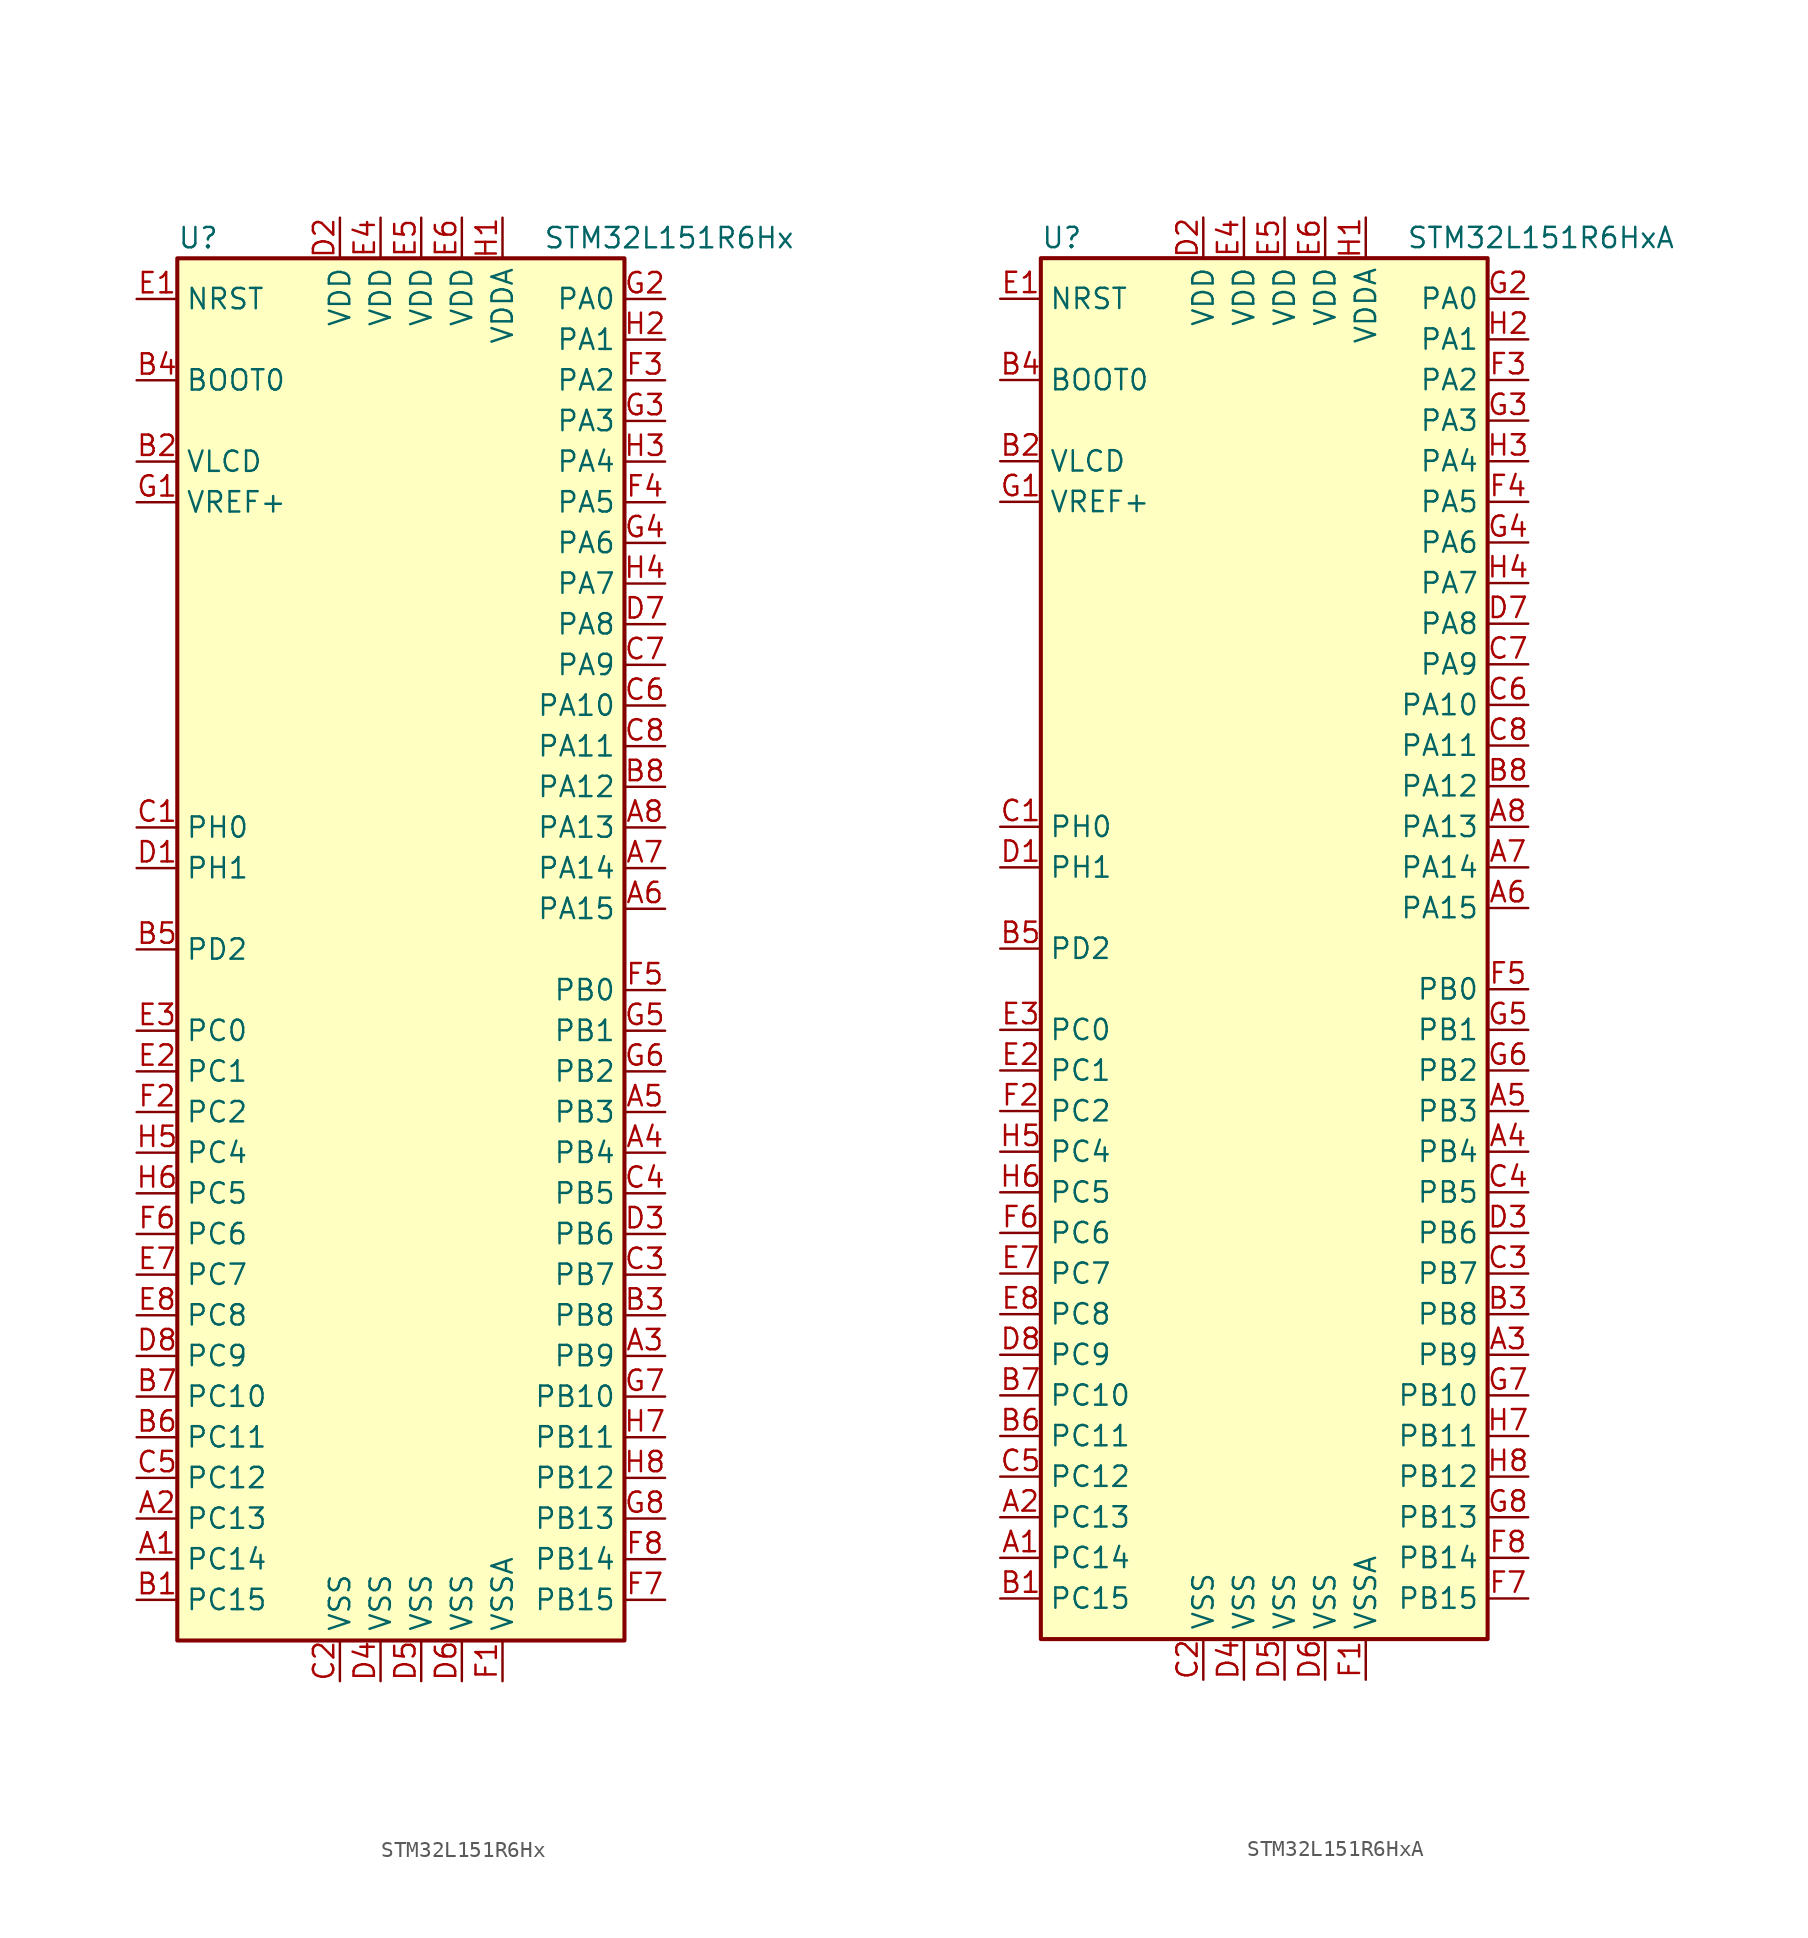
<source format=kicad_sym>
(kicad_symbol_lib
  (version 20201005)
  (generator kicad_symbol_editor)
  (symbol "STM32L151R6Hx"
    (property "Reference" "U"
      (at -15.24 44.45 0)
      (effects (font (size 1.27 1.27)) (justify left)))
    (property "Value" "STM32L151R6Hx"
      (at 7.62 44.45 0)
      (effects (font (size 1.27 1.27)) (justify left)))
    (symbol "STM32L151R6Hx_0_1"
      (rectangle (start -15.24 -43.18) (end 12.7 43.18) (stroke (width 0.254)) (fill (type background))))
    (symbol "STM32L151R6Hx_1_1"
      (pin input line (at -17.78 35.56 0) (length 2.54) (name "BOOT0" (effects (font (size 1.27 1.27)))) (number "B4" (effects (font (size 1.27 1.27)))))
      (pin input line (at -17.78 40.64 0) (length 2.54) (name "NRST" (effects (font (size 1.27 1.27)))) (number "E1" (effects (font (size 1.27 1.27)))))
      (pin bidirectional line (at 15.24 40.64 180) (length 2.54) (name "PA0" (effects (font (size 1.27 1.27)))) (number "G2" (effects (font (size 1.27 1.27)))))
      (pin bidirectional line (at 15.24 38.1 180) (length 2.54) (name "PA1" (effects (font (size 1.27 1.27)))) (number "H2" (effects (font (size 1.27 1.27)))))
      (pin bidirectional line (at 15.24 15.24 180) (length 2.54) (name "PA10" (effects (font (size 1.27 1.27)))) (number "C6" (effects (font (size 1.27 1.27)))))
      (pin bidirectional line (at 15.24 12.7 180) (length 2.54) (name "PA11" (effects (font (size 1.27 1.27)))) (number "C8" (effects (font (size 1.27 1.27)))))
      (pin bidirectional line (at 15.24 10.16 180) (length 2.54) (name "PA12" (effects (font (size 1.27 1.27)))) (number "B8" (effects (font (size 1.27 1.27)))))
      (pin bidirectional line (at 15.24 7.62 180) (length 2.54) (name "PA13" (effects (font (size 1.27 1.27)))) (number "A8" (effects (font (size 1.27 1.27)))))
      (pin bidirectional line (at 15.24 5.08 180) (length 2.54) (name "PA14" (effects (font (size 1.27 1.27)))) (number "A7" (effects (font (size 1.27 1.27)))))
      (pin bidirectional line (at 15.24 2.54 180) (length 2.54) (name "PA15" (effects (font (size 1.27 1.27)))) (number "A6" (effects (font (size 1.27 1.27)))))
      (pin bidirectional line (at 15.24 35.56 180) (length 2.54) (name "PA2" (effects (font (size 1.27 1.27)))) (number "F3" (effects (font (size 1.27 1.27)))))
      (pin bidirectional line (at 15.24 33.02 180) (length 2.54) (name "PA3" (effects (font (size 1.27 1.27)))) (number "G3" (effects (font (size 1.27 1.27)))))
      (pin bidirectional line (at 15.24 30.48 180) (length 2.54) (name "PA4" (effects (font (size 1.27 1.27)))) (number "H3" (effects (font (size 1.27 1.27)))))
      (pin bidirectional line (at 15.24 27.94 180) (length 2.54) (name "PA5" (effects (font (size 1.27 1.27)))) (number "F4" (effects (font (size 1.27 1.27)))))
      (pin bidirectional line (at 15.24 25.4 180) (length 2.54) (name "PA6" (effects (font (size 1.27 1.27)))) (number "G4" (effects (font (size 1.27 1.27)))))
      (pin bidirectional line (at 15.24 22.86 180) (length 2.54) (name "PA7" (effects (font (size 1.27 1.27)))) (number "H4" (effects (font (size 1.27 1.27)))))
      (pin bidirectional line (at 15.24 20.32 180) (length 2.54) (name "PA8" (effects (font (size 1.27 1.27)))) (number "D7" (effects (font (size 1.27 1.27)))))
      (pin bidirectional line (at 15.24 17.78 180) (length 2.54) (name "PA9" (effects (font (size 1.27 1.27)))) (number "C7" (effects (font (size 1.27 1.27)))))
      (pin bidirectional line (at 15.24 -2.54 180) (length 2.54) (name "PB0" (effects (font (size 1.27 1.27)))) (number "F5" (effects (font (size 1.27 1.27)))))
      (pin bidirectional line (at 15.24 -5.08 180) (length 2.54) (name "PB1" (effects (font (size 1.27 1.27)))) (number "G5" (effects (font (size 1.27 1.27)))))
      (pin bidirectional line (at 15.24 -27.94 180) (length 2.54) (name "PB10" (effects (font (size 1.27 1.27)))) (number "G7" (effects (font (size 1.27 1.27)))))
      (pin bidirectional line (at 15.24 -30.48 180) (length 2.54) (name "PB11" (effects (font (size 1.27 1.27)))) (number "H7" (effects (font (size 1.27 1.27)))))
      (pin bidirectional line (at 15.24 -33.02 180) (length 2.54) (name "PB12" (effects (font (size 1.27 1.27)))) (number "H8" (effects (font (size 1.27 1.27)))))
      (pin bidirectional line (at 15.24 -35.56 180) (length 2.54) (name "PB13" (effects (font (size 1.27 1.27)))) (number "G8" (effects (font (size 1.27 1.27)))))
      (pin bidirectional line (at 15.24 -38.1 180) (length 2.54) (name "PB14" (effects (font (size 1.27 1.27)))) (number "F8" (effects (font (size 1.27 1.27)))))
      (pin bidirectional line (at 15.24 -40.64 180) (length 2.54) (name "PB15" (effects (font (size 1.27 1.27)))) (number "F7" (effects (font (size 1.27 1.27)))))
      (pin bidirectional line (at 15.24 -7.62 180) (length 2.54) (name "PB2" (effects (font (size 1.27 1.27)))) (number "G6" (effects (font (size 1.27 1.27)))))
      (pin bidirectional line (at 15.24 -10.16 180) (length 2.54) (name "PB3" (effects (font (size 1.27 1.27)))) (number "A5" (effects (font (size 1.27 1.27)))))
      (pin bidirectional line (at 15.24 -12.7 180) (length 2.54) (name "PB4" (effects (font (size 1.27 1.27)))) (number "A4" (effects (font (size 1.27 1.27)))))
      (pin bidirectional line (at 15.24 -15.24 180) (length 2.54) (name "PB5" (effects (font (size 1.27 1.27)))) (number "C4" (effects (font (size 1.27 1.27)))))
      (pin bidirectional line (at 15.24 -17.78 180) (length 2.54) (name "PB6" (effects (font (size 1.27 1.27)))) (number "D3" (effects (font (size 1.27 1.27)))))
      (pin bidirectional line (at 15.24 -20.32 180) (length 2.54) (name "PB7" (effects (font (size 1.27 1.27)))) (number "C3" (effects (font (size 1.27 1.27)))))
      (pin bidirectional line (at 15.24 -22.86 180) (length 2.54) (name "PB8" (effects (font (size 1.27 1.27)))) (number "B3" (effects (font (size 1.27 1.27)))))
      (pin bidirectional line (at 15.24 -25.4 180) (length 2.54) (name "PB9" (effects (font (size 1.27 1.27)))) (number "A3" (effects (font (size 1.27 1.27)))))
      (pin bidirectional line (at -17.78 -5.08 0) (length 2.54) (name "PC0" (effects (font (size 1.27 1.27)))) (number "E3" (effects (font (size 1.27 1.27)))))
      (pin bidirectional line (at -17.78 -7.62 0) (length 2.54) (name "PC1" (effects (font (size 1.27 1.27)))) (number "E2" (effects (font (size 1.27 1.27)))))
      (pin bidirectional line (at -17.78 -27.94 0) (length 2.54) (name "PC10" (effects (font (size 1.27 1.27)))) (number "B7" (effects (font (size 1.27 1.27)))))
      (pin bidirectional line (at -17.78 -30.48 0) (length 2.54) (name "PC11" (effects (font (size 1.27 1.27)))) (number "B6" (effects (font (size 1.27 1.27)))))
      (pin bidirectional line (at -17.78 -33.02 0) (length 2.54) (name "PC12" (effects (font (size 1.27 1.27)))) (number "C5" (effects (font (size 1.27 1.27)))))
      (pin bidirectional line (at -17.78 -35.56 0) (length 2.54) (name "PC13" (effects (font (size 1.27 1.27)))) (number "A2" (effects (font (size 1.27 1.27)))))
      (pin bidirectional line (at -17.78 -38.1 0) (length 2.54) (name "PC14" (effects (font (size 1.27 1.27)))) (number "A1" (effects (font (size 1.27 1.27)))))
      (pin bidirectional line (at -17.78 -40.64 0) (length 2.54) (name "PC15" (effects (font (size 1.27 1.27)))) (number "B1" (effects (font (size 1.27 1.27)))))
      (pin bidirectional line (at -17.78 -10.16 0) (length 2.54) (name "PC2" (effects (font (size 1.27 1.27)))) (number "F2" (effects (font (size 1.27 1.27)))))
      (pin bidirectional line (at -17.78 -12.7 0) (length 2.54) (name "PC4" (effects (font (size 1.27 1.27)))) (number "H5" (effects (font (size 1.27 1.27)))))
      (pin bidirectional line (at -17.78 -15.24 0) (length 2.54) (name "PC5" (effects (font (size 1.27 1.27)))) (number "H6" (effects (font (size 1.27 1.27)))))
      (pin bidirectional line (at -17.78 -17.78 0) (length 2.54) (name "PC6" (effects (font (size 1.27 1.27)))) (number "F6" (effects (font (size 1.27 1.27)))))
      (pin bidirectional line (at -17.78 -20.32 0) (length 2.54) (name "PC7" (effects (font (size 1.27 1.27)))) (number "E7" (effects (font (size 1.27 1.27)))))
      (pin bidirectional line (at -17.78 -22.86 0) (length 2.54) (name "PC8" (effects (font (size 1.27 1.27)))) (number "E8" (effects (font (size 1.27 1.27)))))
      (pin bidirectional line (at -17.78 -25.4 0) (length 2.54) (name "PC9" (effects (font (size 1.27 1.27)))) (number "D8" (effects (font (size 1.27 1.27)))))
      (pin bidirectional line (at -17.78 0 0) (length 2.54) (name "PD2" (effects (font (size 1.27 1.27)))) (number "B5" (effects (font (size 1.27 1.27)))))
      (pin input line (at -17.78 7.62 0) (length 2.54) (name "PH0" (effects (font (size 1.27 1.27)))) (number "C1" (effects (font (size 1.27 1.27)))))
      (pin input line (at -17.78 5.08 0) (length 2.54) (name "PH1" (effects (font (size 1.27 1.27)))) (number "D1" (effects (font (size 1.27 1.27)))))
      (pin power_in line (at -5.08 45.72 270) (length 2.54) (name "VDD" (effects (font (size 1.27 1.27)))) (number "D2" (effects (font (size 1.27 1.27)))))
      (pin power_in line (at -2.54 45.72 270) (length 2.54) (name "VDD" (effects (font (size 1.27 1.27)))) (number "E4" (effects (font (size 1.27 1.27)))))
      (pin power_in line (at 0 45.72 270) (length 2.54) (name "VDD" (effects (font (size 1.27 1.27)))) (number "E5" (effects (font (size 1.27 1.27)))))
      (pin power_in line (at 2.54 45.72 270) (length 2.54) (name "VDD" (effects (font (size 1.27 1.27)))) (number "E6" (effects (font (size 1.27 1.27)))))
      (pin power_in line (at 5.08 45.72 270) (length 2.54) (name "VDDA" (effects (font (size 1.27 1.27)))) (number "H1" (effects (font (size 1.27 1.27)))))
      (pin power_in line (at -17.78 30.48 0) (length 2.54) (name "VLCD" (effects (font (size 1.27 1.27)))) (number "B2" (effects (font (size 1.27 1.27)))))
      (pin power_in line (at -17.78 27.94 0) (length 2.54) (name "VREF+" (effects (font (size 1.27 1.27)))) (number "G1" (effects (font (size 1.27 1.27)))))
      (pin power_in line (at -5.08 -45.72 90) (length 2.54) (name "VSS" (effects (font (size 1.27 1.27)))) (number "C2" (effects (font (size 1.27 1.27)))))
      (pin power_in line (at -2.54 -45.72 90) (length 2.54) (name "VSS" (effects (font (size 1.27 1.27)))) (number "D4" (effects (font (size 1.27 1.27)))))
      (pin power_in line (at 0 -45.72 90) (length 2.54) (name "VSS" (effects (font (size 1.27 1.27)))) (number "D5" (effects (font (size 1.27 1.27)))))
      (pin power_in line (at 2.54 -45.72 90) (length 2.54) (name "VSS" (effects (font (size 1.27 1.27)))) (number "D6" (effects (font (size 1.27 1.27)))))
      (pin power_in line (at 5.08 -45.72 90) (length 2.54) (name "VSSA" (effects (font (size 1.27 1.27)))) (number "F1" (effects (font (size 1.27 1.27)))))))
  (symbol "STM32L151R6HxA"
    (property "Reference" "U"
      (at -15.24 44.45 0)
      (effects (font (size 1.27 1.27)) (justify left)))
    (property "Value" "STM32L151R6HxA"
      (at 7.62 44.45 0)
      (effects (font (size 1.27 1.27)) (justify left)))
    (symbol "STM32L151R6HxA_0_1"
      (rectangle (start -15.24 -43.18) (end 12.7 43.18) (stroke (width 0.254)) (fill (type background))))
    (symbol "STM32L151R6HxA_1_1"
      (pin input line (at -17.78 35.56 0) (length 2.54) (name "BOOT0" (effects (font (size 1.27 1.27)))) (number "B4" (effects (font (size 1.27 1.27)))))
      (pin input line (at -17.78 40.64 0) (length 2.54) (name "NRST" (effects (font (size 1.27 1.27)))) (number "E1" (effects (font (size 1.27 1.27)))))
      (pin bidirectional line (at 15.24 40.64 180) (length 2.54) (name "PA0" (effects (font (size 1.27 1.27)))) (number "G2" (effects (font (size 1.27 1.27)))))
      (pin bidirectional line (at 15.24 38.1 180) (length 2.54) (name "PA1" (effects (font (size 1.27 1.27)))) (number "H2" (effects (font (size 1.27 1.27)))))
      (pin bidirectional line (at 15.24 15.24 180) (length 2.54) (name "PA10" (effects (font (size 1.27 1.27)))) (number "C6" (effects (font (size 1.27 1.27)))))
      (pin bidirectional line (at 15.24 12.7 180) (length 2.54) (name "PA11" (effects (font (size 1.27 1.27)))) (number "C8" (effects (font (size 1.27 1.27)))))
      (pin bidirectional line (at 15.24 10.16 180) (length 2.54) (name "PA12" (effects (font (size 1.27 1.27)))) (number "B8" (effects (font (size 1.27 1.27)))))
      (pin bidirectional line (at 15.24 7.62 180) (length 2.54) (name "PA13" (effects (font (size 1.27 1.27)))) (number "A8" (effects (font (size 1.27 1.27)))))
      (pin bidirectional line (at 15.24 5.08 180) (length 2.54) (name "PA14" (effects (font (size 1.27 1.27)))) (number "A7" (effects (font (size 1.27 1.27)))))
      (pin bidirectional line (at 15.24 2.54 180) (length 2.54) (name "PA15" (effects (font (size 1.27 1.27)))) (number "A6" (effects (font (size 1.27 1.27)))))
      (pin bidirectional line (at 15.24 35.56 180) (length 2.54) (name "PA2" (effects (font (size 1.27 1.27)))) (number "F3" (effects (font (size 1.27 1.27)))))
      (pin bidirectional line (at 15.24 33.02 180) (length 2.54) (name "PA3" (effects (font (size 1.27 1.27)))) (number "G3" (effects (font (size 1.27 1.27)))))
      (pin bidirectional line (at 15.24 30.48 180) (length 2.54) (name "PA4" (effects (font (size 1.27 1.27)))) (number "H3" (effects (font (size 1.27 1.27)))))
      (pin bidirectional line (at 15.24 27.94 180) (length 2.54) (name "PA5" (effects (font (size 1.27 1.27)))) (number "F4" (effects (font (size 1.27 1.27)))))
      (pin bidirectional line (at 15.24 25.4 180) (length 2.54) (name "PA6" (effects (font (size 1.27 1.27)))) (number "G4" (effects (font (size 1.27 1.27)))))
      (pin bidirectional line (at 15.24 22.86 180) (length 2.54) (name "PA7" (effects (font (size 1.27 1.27)))) (number "H4" (effects (font (size 1.27 1.27)))))
      (pin bidirectional line (at 15.24 20.32 180) (length 2.54) (name "PA8" (effects (font (size 1.27 1.27)))) (number "D7" (effects (font (size 1.27 1.27)))))
      (pin bidirectional line (at 15.24 17.78 180) (length 2.54) (name "PA9" (effects (font (size 1.27 1.27)))) (number "C7" (effects (font (size 1.27 1.27)))))
      (pin bidirectional line (at 15.24 -2.54 180) (length 2.54) (name "PB0" (effects (font (size 1.27 1.27)))) (number "F5" (effects (font (size 1.27 1.27)))))
      (pin bidirectional line (at 15.24 -5.08 180) (length 2.54) (name "PB1" (effects (font (size 1.27 1.27)))) (number "G5" (effects (font (size 1.27 1.27)))))
      (pin bidirectional line (at 15.24 -27.94 180) (length 2.54) (name "PB10" (effects (font (size 1.27 1.27)))) (number "G7" (effects (font (size 1.27 1.27)))))
      (pin bidirectional line (at 15.24 -30.48 180) (length 2.54) (name "PB11" (effects (font (size 1.27 1.27)))) (number "H7" (effects (font (size 1.27 1.27)))))
      (pin bidirectional line (at 15.24 -33.02 180) (length 2.54) (name "PB12" (effects (font (size 1.27 1.27)))) (number "H8" (effects (font (size 1.27 1.27)))))
      (pin bidirectional line (at 15.24 -35.56 180) (length 2.54) (name "PB13" (effects (font (size 1.27 1.27)))) (number "G8" (effects (font (size 1.27 1.27)))))
      (pin bidirectional line (at 15.24 -38.1 180) (length 2.54) (name "PB14" (effects (font (size 1.27 1.27)))) (number "F8" (effects (font (size 1.27 1.27)))))
      (pin bidirectional line (at 15.24 -40.64 180) (length 2.54) (name "PB15" (effects (font (size 1.27 1.27)))) (number "F7" (effects (font (size 1.27 1.27)))))
      (pin bidirectional line (at 15.24 -7.62 180) (length 2.54) (name "PB2" (effects (font (size 1.27 1.27)))) (number "G6" (effects (font (size 1.27 1.27)))))
      (pin bidirectional line (at 15.24 -10.16 180) (length 2.54) (name "PB3" (effects (font (size 1.27 1.27)))) (number "A5" (effects (font (size 1.27 1.27)))))
      (pin bidirectional line (at 15.24 -12.7 180) (length 2.54) (name "PB4" (effects (font (size 1.27 1.27)))) (number "A4" (effects (font (size 1.27 1.27)))))
      (pin bidirectional line (at 15.24 -15.24 180) (length 2.54) (name "PB5" (effects (font (size 1.27 1.27)))) (number "C4" (effects (font (size 1.27 1.27)))))
      (pin bidirectional line (at 15.24 -17.78 180) (length 2.54) (name "PB6" (effects (font (size 1.27 1.27)))) (number "D3" (effects (font (size 1.27 1.27)))))
      (pin bidirectional line (at 15.24 -20.32 180) (length 2.54) (name "PB7" (effects (font (size 1.27 1.27)))) (number "C3" (effects (font (size 1.27 1.27)))))
      (pin bidirectional line (at 15.24 -22.86 180) (length 2.54) (name "PB8" (effects (font (size 1.27 1.27)))) (number "B3" (effects (font (size 1.27 1.27)))))
      (pin bidirectional line (at 15.24 -25.4 180) (length 2.54) (name "PB9" (effects (font (size 1.27 1.27)))) (number "A3" (effects (font (size 1.27 1.27)))))
      (pin bidirectional line (at -17.78 -5.08 0) (length 2.54) (name "PC0" (effects (font (size 1.27 1.27)))) (number "E3" (effects (font (size 1.27 1.27)))))
      (pin bidirectional line (at -17.78 -7.62 0) (length 2.54) (name "PC1" (effects (font (size 1.27 1.27)))) (number "E2" (effects (font (size 1.27 1.27)))))
      (pin bidirectional line (at -17.78 -27.94 0) (length 2.54) (name "PC10" (effects (font (size 1.27 1.27)))) (number "B7" (effects (font (size 1.27 1.27)))))
      (pin bidirectional line (at -17.78 -30.48 0) (length 2.54) (name "PC11" (effects (font (size 1.27 1.27)))) (number "B6" (effects (font (size 1.27 1.27)))))
      (pin bidirectional line (at -17.78 -33.02 0) (length 2.54) (name "PC12" (effects (font (size 1.27 1.27)))) (number "C5" (effects (font (size 1.27 1.27)))))
      (pin bidirectional line (at -17.78 -35.56 0) (length 2.54) (name "PC13" (effects (font (size 1.27 1.27)))) (number "A2" (effects (font (size 1.27 1.27)))))
      (pin bidirectional line (at -17.78 -38.1 0) (length 2.54) (name "PC14" (effects (font (size 1.27 1.27)))) (number "A1" (effects (font (size 1.27 1.27)))))
      (pin bidirectional line (at -17.78 -40.64 0) (length 2.54) (name "PC15" (effects (font (size 1.27 1.27)))) (number "B1" (effects (font (size 1.27 1.27)))))
      (pin bidirectional line (at -17.78 -10.16 0) (length 2.54) (name "PC2" (effects (font (size 1.27 1.27)))) (number "F2" (effects (font (size 1.27 1.27)))))
      (pin bidirectional line (at -17.78 -12.7 0) (length 2.54) (name "PC4" (effects (font (size 1.27 1.27)))) (number "H5" (effects (font (size 1.27 1.27)))))
      (pin bidirectional line (at -17.78 -15.24 0) (length 2.54) (name "PC5" (effects (font (size 1.27 1.27)))) (number "H6" (effects (font (size 1.27 1.27)))))
      (pin bidirectional line (at -17.78 -17.78 0) (length 2.54) (name "PC6" (effects (font (size 1.27 1.27)))) (number "F6" (effects (font (size 1.27 1.27)))))
      (pin bidirectional line (at -17.78 -20.32 0) (length 2.54) (name "PC7" (effects (font (size 1.27 1.27)))) (number "E7" (effects (font (size 1.27 1.27)))))
      (pin bidirectional line (at -17.78 -22.86 0) (length 2.54) (name "PC8" (effects (font (size 1.27 1.27)))) (number "E8" (effects (font (size 1.27 1.27)))))
      (pin bidirectional line (at -17.78 -25.4 0) (length 2.54) (name "PC9" (effects (font (size 1.27 1.27)))) (number "D8" (effects (font (size 1.27 1.27)))))
      (pin bidirectional line (at -17.78 0 0) (length 2.54) (name "PD2" (effects (font (size 1.27 1.27)))) (number "B5" (effects (font (size 1.27 1.27)))))
      (pin input line (at -17.78 7.62 0) (length 2.54) (name "PH0" (effects (font (size 1.27 1.27)))) (number "C1" (effects (font (size 1.27 1.27)))))
      (pin input line (at -17.78 5.08 0) (length 2.54) (name "PH1" (effects (font (size 1.27 1.27)))) (number "D1" (effects (font (size 1.27 1.27)))))
      (pin power_in line (at -5.08 45.72 270) (length 2.54) (name "VDD" (effects (font (size 1.27 1.27)))) (number "D2" (effects (font (size 1.27 1.27)))))
      (pin power_in line (at -2.54 45.72 270) (length 2.54) (name "VDD" (effects (font (size 1.27 1.27)))) (number "E4" (effects (font (size 1.27 1.27)))))
      (pin power_in line (at 0 45.72 270) (length 2.54) (name "VDD" (effects (font (size 1.27 1.27)))) (number "E5" (effects (font (size 1.27 1.27)))))
      (pin power_in line (at 2.54 45.72 270) (length 2.54) (name "VDD" (effects (font (size 1.27 1.27)))) (number "E6" (effects (font (size 1.27 1.27)))))
      (pin power_in line (at 5.08 45.72 270) (length 2.54) (name "VDDA" (effects (font (size 1.27 1.27)))) (number "H1" (effects (font (size 1.27 1.27)))))
      (pin power_in line (at -17.78 30.48 0) (length 2.54) (name "VLCD" (effects (font (size 1.27 1.27)))) (number "B2" (effects (font (size 1.27 1.27)))))
      (pin power_in line (at -17.78 27.94 0) (length 2.54) (name "VREF+" (effects (font (size 1.27 1.27)))) (number "G1" (effects (font (size 1.27 1.27)))))
      (pin power_in line (at -5.08 -45.72 90) (length 2.54) (name "VSS" (effects (font (size 1.27 1.27)))) (number "C2" (effects (font (size 1.27 1.27)))))
      (pin power_in line (at -2.54 -45.72 90) (length 2.54) (name "VSS" (effects (font (size 1.27 1.27)))) (number "D4" (effects (font (size 1.27 1.27)))))
      (pin power_in line (at 0 -45.72 90) (length 2.54) (name "VSS" (effects (font (size 1.27 1.27)))) (number "D5" (effects (font (size 1.27 1.27)))))
      (pin power_in line (at 2.54 -45.72 90) (length 2.54) (name "VSS" (effects (font (size 1.27 1.27)))) (number "D6" (effects (font (size 1.27 1.27)))))
      (pin power_in line (at 5.08 -45.72 90) (length 2.54) (name "VSSA" (effects (font (size 1.27 1.27)))) (number "F1" (effects (font (size 1.27 1.27))))))))
</source>
